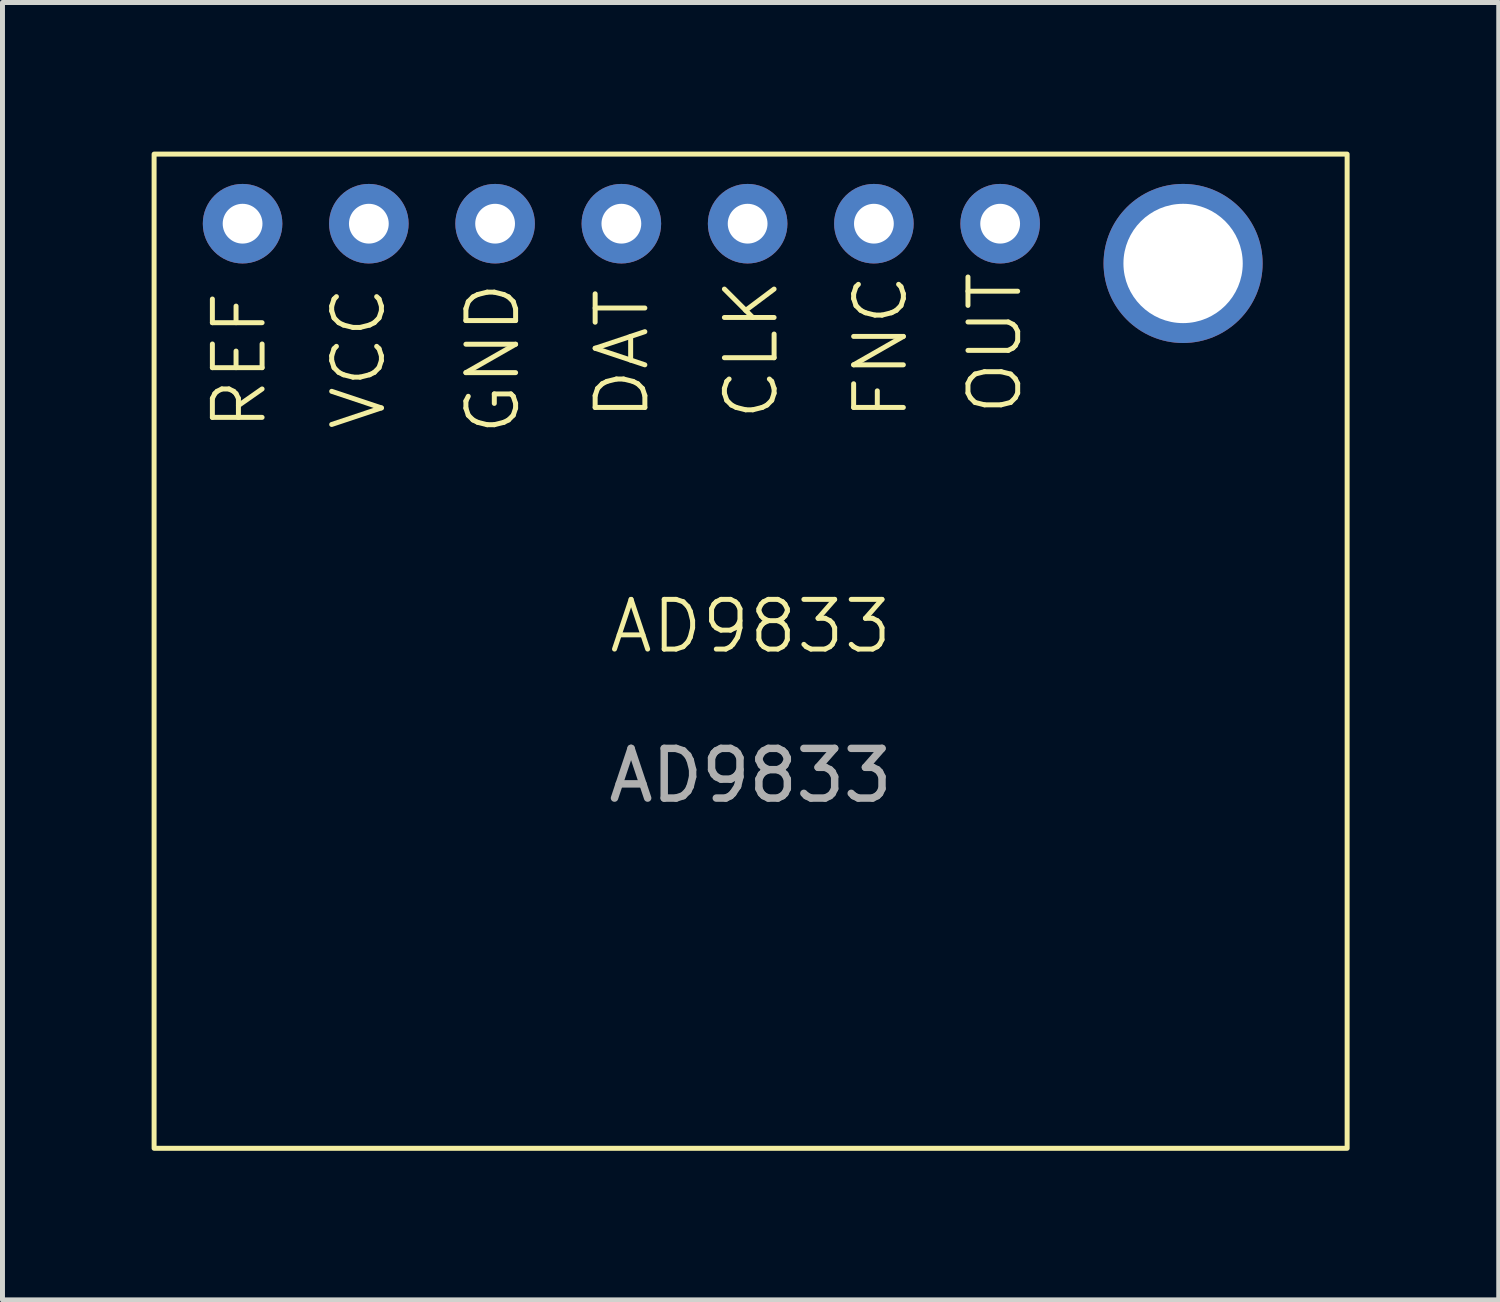
<source format=kicad_pcb>
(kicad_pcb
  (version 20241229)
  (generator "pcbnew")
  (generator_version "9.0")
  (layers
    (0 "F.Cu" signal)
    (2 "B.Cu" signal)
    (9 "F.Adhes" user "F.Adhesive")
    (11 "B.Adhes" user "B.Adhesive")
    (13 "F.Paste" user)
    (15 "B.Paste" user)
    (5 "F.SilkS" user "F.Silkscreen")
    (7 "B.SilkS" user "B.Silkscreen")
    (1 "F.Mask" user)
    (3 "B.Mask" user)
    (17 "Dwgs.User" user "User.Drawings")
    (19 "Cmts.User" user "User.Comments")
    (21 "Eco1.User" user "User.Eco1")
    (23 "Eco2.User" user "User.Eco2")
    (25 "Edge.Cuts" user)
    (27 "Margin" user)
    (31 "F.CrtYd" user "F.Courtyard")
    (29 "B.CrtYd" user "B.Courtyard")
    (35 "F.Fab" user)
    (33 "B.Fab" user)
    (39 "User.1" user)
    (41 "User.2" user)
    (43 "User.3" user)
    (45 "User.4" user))
  (footprint "AD9833"
    (layer "F.Cu")
    (at 12.05 10.05)
    (property "Reference" "AD9833" (at 0 -0.5 0) (unlocked yes) (layer "F.SilkS") (effects (font (size 1 1) (thickness 0.1))))
    (attr smd)
    (fp_rect (start -12 -10) (end 12 10) (stroke (width 0.1) (type solid)) (fill no) (layer "F.SilkS"))
    (fp_text user "CLK" (at 0.6 -4.6 90) (unlocked yes) (layer "F.SilkS") (effects (font (size 1 1) (thickness 0.1)) (justify left bottom)))
    (fp_text user "OUT" (at 5.5 -4.7 90) (unlocked yes) (layer "F.SilkS") (effects (font (size 1 1) (thickness 0.1)) (justify left bottom)))
    (fp_text user "VCC" (at -7.3 -4.4 90) (unlocked yes) (layer "F.SilkS") (effects (font (size 1 1) (thickness 0.1)) (justify left bottom)))
    (fp_text user "GND" (at -4.6 -4.3 90) (unlocked yes) (layer "F.SilkS") (effects (font (size 1 1) (thickness 0.1)) (justify left bottom)))
    (fp_text user "DAT" (at -2 -4.6 90) (unlocked yes) (layer "F.SilkS") (effects (font (size 1 1) (thickness 0.1)) (justify left bottom)))
    (fp_text user "FNC" (at 3.2 -4.6 90) (unlocked yes) (layer "F.SilkS") (effects (font (size 1 1) (thickness 0.1)) (justify left bottom)))
    (fp_text user "REF" (at -9.7 -4.4 90) (unlocked yes) (layer "F.SilkS") (effects (font (size 1 1) (thickness 0.1)) (justify left bottom)))
    (fp_text user "${REFERENCE}" (at 0 2.5 0) (unlocked yes) (layer "F.Fab") (effects (font (size 1 1) (thickness 0.15))))
    (pad "1" thru_hole circle (at -10.22 -8.6) (size 1.6 1.6) (drill 0.8) (layers "*.Cu" "*.Mask"))
    (pad "2" thru_hole circle (at -7.68 -8.6) (size 1.6 1.6) (drill 0.8) (layers "*.Cu" "*.Mask"))
    (pad "3" thru_hole circle (at -5.14 -8.6) (size 1.6 1.6) (drill 0.8) (layers "*.Cu" "*.Mask"))
    (pad "4" thru_hole circle (at -2.6 -8.6) (size 1.6 1.6) (drill 0.8) (layers "*.Cu" "*.Mask"))
    (pad "5" thru_hole circle (at -0.06 -8.6) (size 1.6 1.6) (drill 0.8) (layers "*.Cu" "*.Mask"))
    (pad "6" thru_hole circle (at 2.48 -8.6) (size 1.6 1.6) (drill 0.8) (layers "*.Cu" "*.Mask"))
    (pad "7" thru_hole circle (at 5.02 -8.6) (size 1.6 1.6) (drill 0.8) (layers "*.Cu" "*.Mask"))
    (pad "8" thru_hole circle (at 8.7 -7.8) (size 3.2 3.2) (drill 2.4) (layers "*.Cu" "*.Mask")))
  (gr_rect
    (start -3 -3)
    (end 27.1 23.1)
    (stroke (width 0.1) (type default))
    (fill no)
    (layer "Edge.Cuts")))
</source>
